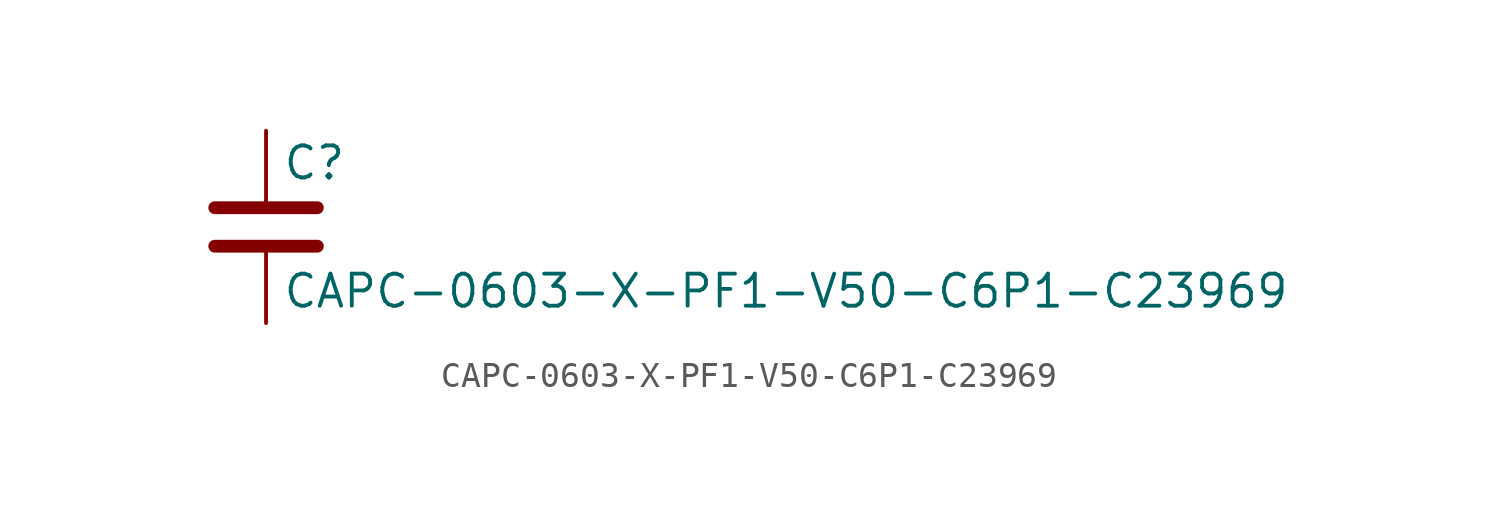
<source format=kicad_sym>
(kicad_symbol_lib
  (version 20211014)
  (generator kicad_symbol_editor)
  (symbol "CAPC-0603-X-PF1-V50-C6P1-C23969"
    (pin_numbers hide)
    (pin_names
      (offset 0.254))
    (property "Reference" "C"
      (at 0.635 2.54 0)
      (effects (font (size 1.27 1.27)) (justify left)))
    (property "Value" "CAPC-0603-X-PF1-V50-C6P1-C23969"
      (at 0.635 -2.54 0)
      (effects (font (size 1.27 1.27)) (justify left)))
    (symbol "CAPC-0603-X-PF1-V50-C6P1-C23969_0_1"
      (polyline (pts (xy -2.032 -0.762) (xy 2.032 -0.762)) (stroke (width 0.508) (type default) (color 0 0 0 0)) (fill (type none)))
      (polyline (pts (xy -2.032 0.762) (xy 2.032 0.762)) (stroke (width 0.508) (type default) (color 0 0 0 0)) (fill (type none))))
    (symbol "CAPC-0603-X-PF1-V50-C6P1-C23969_1_1"
      (pin passive line (at 0 3.81 270) (length 2.794) (name "~" (effects (font (size 1.27 1.27)))) (number "1" (effects (font (size 1.27 1.27)))))
      (pin passive line (at 0 -3.81 90) (length 2.794) (name "~" (effects (font (size 1.27 1.27)))) (number "2" (effects (font (size 1.27 1.27))))))))
</source>
